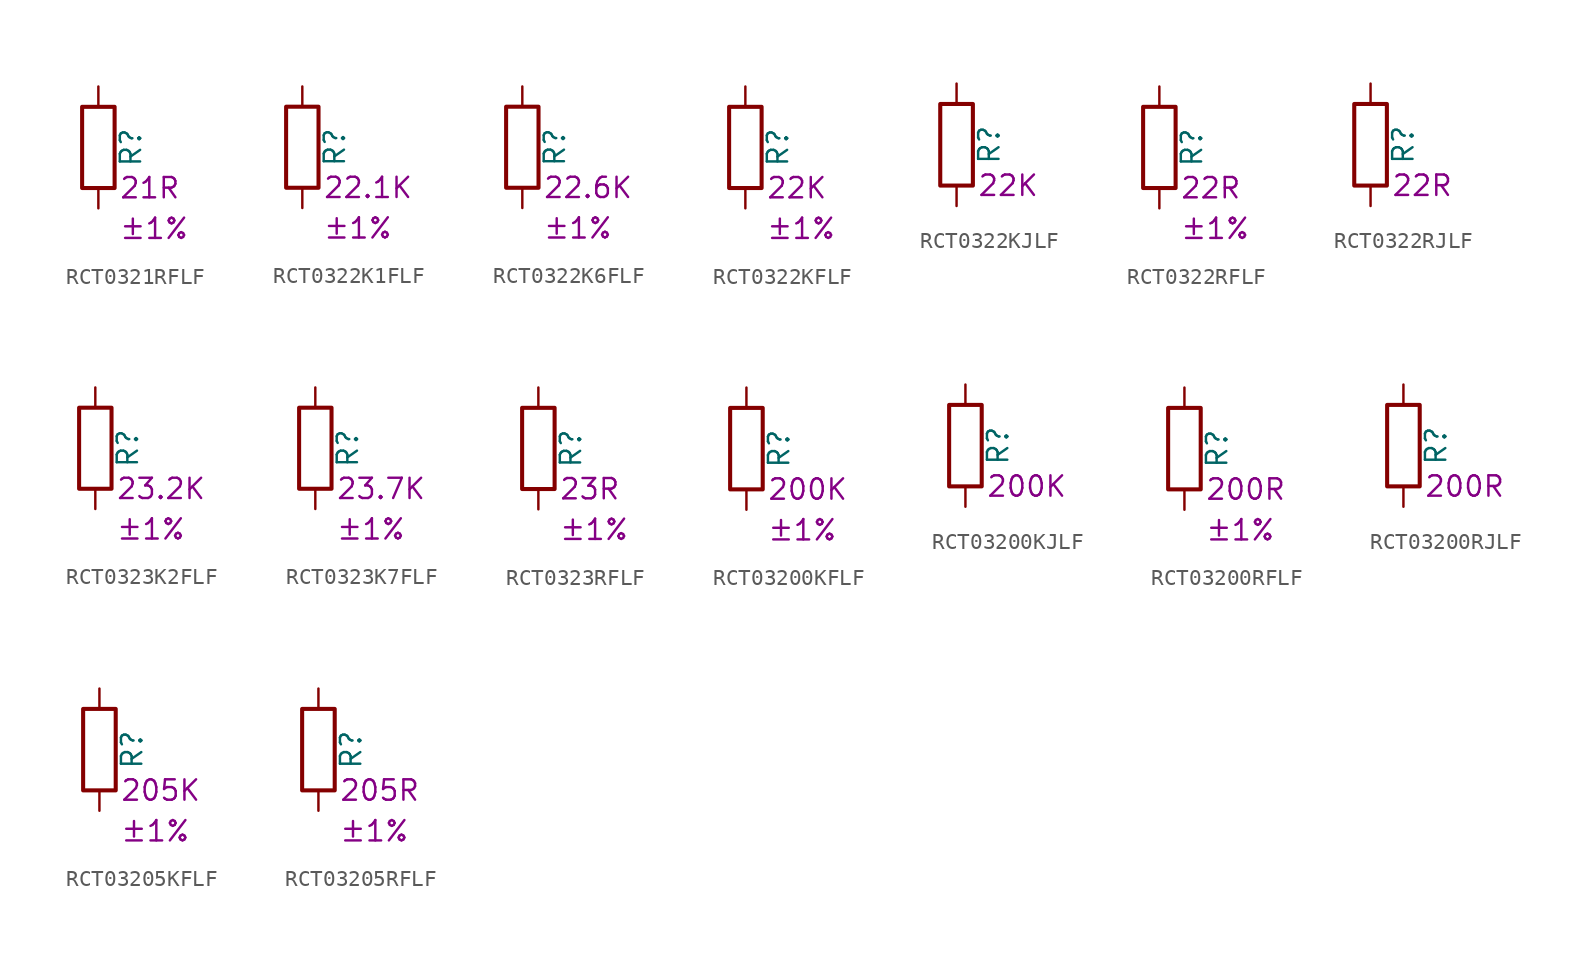
<source format=kicad_sym>
(kicad_symbol_lib
  (version 20220914)
  (generator kicad_symbol_editor)
  (symbol "RCT0321RFLF"
    (pin_numbers hide)
    (pin_names
      (offset 0))
    (property "Reference" "R"
      (at 2.032 0 90)
      (effects (font (size 1.27 1.27))))
    (property "Resistance" "21R"
      (at 1.27 -2.54 0)
      (effects (font (size 1.27 1.27)) (justify left)))
    (property "Tolerance" "±1%"
      (at 1.27 -5.08 0)
      (effects (font (size 1.27 1.27)) (justify left)))
    (symbol "RCT0321RFLF_0_1"
      (rectangle (start -1.016 -2.54) (end 1.016 2.54) (stroke (width 0.254) (type default)) (fill (type none))))
    (symbol "RCT0321RFLF_1_1"
      (pin passive line (at 0 3.81 270) (length 1.27) (name "~" (effects (font (size 1.27 1.27)))) (number "1" (effects (font (size 1.27 1.27)))))
      (pin passive line (at 0 -3.81 90) (length 1.27) (name "~" (effects (font (size 1.27 1.27)))) (number "2" (effects (font (size 1.27 1.27)))))))
  (symbol "RCT0322K1FLF"
    (pin_numbers hide)
    (pin_names
      (offset 0))
    (property "Reference" "R"
      (at 2.032 0 90)
      (effects (font (size 1.27 1.27))))
    (property "Resistance" "22.1K"
      (at 1.27 -2.54 0)
      (effects (font (size 1.27 1.27)) (justify left)))
    (property "Tolerance" "±1%"
      (at 1.27 -5.08 0)
      (effects (font (size 1.27 1.27)) (justify left)))
    (symbol "RCT0322K1FLF_0_1"
      (rectangle (start -1.016 -2.54) (end 1.016 2.54) (stroke (width 0.254) (type default)) (fill (type none))))
    (symbol "RCT0322K1FLF_1_1"
      (pin passive line (at 0 3.81 270) (length 1.27) (name "~" (effects (font (size 1.27 1.27)))) (number "1" (effects (font (size 1.27 1.27)))))
      (pin passive line (at 0 -3.81 90) (length 1.27) (name "~" (effects (font (size 1.27 1.27)))) (number "2" (effects (font (size 1.27 1.27)))))))
  (symbol "RCT0322K6FLF"
    (pin_numbers hide)
    (pin_names
      (offset 0))
    (property "Reference" "R"
      (at 2.032 0 90)
      (effects (font (size 1.27 1.27))))
    (property "Resistance" "22.6K"
      (at 1.27 -2.54 0)
      (effects (font (size 1.27 1.27)) (justify left)))
    (property "Tolerance" "±1%"
      (at 1.27 -5.08 0)
      (effects (font (size 1.27 1.27)) (justify left)))
    (symbol "RCT0322K6FLF_0_1"
      (rectangle (start -1.016 -2.54) (end 1.016 2.54) (stroke (width 0.254) (type default)) (fill (type none))))
    (symbol "RCT0322K6FLF_1_1"
      (pin passive line (at 0 3.81 270) (length 1.27) (name "~" (effects (font (size 1.27 1.27)))) (number "1" (effects (font (size 1.27 1.27)))))
      (pin passive line (at 0 -3.81 90) (length 1.27) (name "~" (effects (font (size 1.27 1.27)))) (number "2" (effects (font (size 1.27 1.27)))))))
  (symbol "RCT0322KFLF"
    (pin_numbers hide)
    (pin_names
      (offset 0))
    (property "Reference" "R"
      (at 2.032 0 90)
      (effects (font (size 1.27 1.27))))
    (property "Resistance" "22K"
      (at 1.27 -2.54 0)
      (effects (font (size 1.27 1.27)) (justify left)))
    (property "Tolerance" "±1%"
      (at 1.27 -5.08 0)
      (effects (font (size 1.27 1.27)) (justify left)))
    (symbol "RCT0322KFLF_0_1"
      (rectangle (start -1.016 -2.54) (end 1.016 2.54) (stroke (width 0.254) (type default)) (fill (type none))))
    (symbol "RCT0322KFLF_1_1"
      (pin passive line (at 0 3.81 270) (length 1.27) (name "~" (effects (font (size 1.27 1.27)))) (number "1" (effects (font (size 1.27 1.27)))))
      (pin passive line (at 0 -3.81 90) (length 1.27) (name "~" (effects (font (size 1.27 1.27)))) (number "2" (effects (font (size 1.27 1.27)))))))
  (symbol "RCT0322KJLF"
    (pin_numbers hide)
    (pin_names
      (offset 0))
    (property "Reference" "R"
      (at 2.032 0 90)
      (effects (font (size 1.27 1.27))))
    (property "Resistance" "22K"
      (at 1.27 -2.54 0)
      (effects (font (size 1.27 1.27)) (justify left)))
    (symbol "RCT0322KJLF_0_1"
      (rectangle (start -1.016 -2.54) (end 1.016 2.54) (stroke (width 0.254) (type default)) (fill (type none))))
    (symbol "RCT0322KJLF_1_1"
      (pin passive line (at 0 3.81 270) (length 1.27) (name "~" (effects (font (size 1.27 1.27)))) (number "1" (effects (font (size 1.27 1.27)))))
      (pin passive line (at 0 -3.81 90) (length 1.27) (name "~" (effects (font (size 1.27 1.27)))) (number "2" (effects (font (size 1.27 1.27)))))))
  (symbol "RCT0322RFLF"
    (pin_numbers hide)
    (pin_names
      (offset 0))
    (property "Reference" "R"
      (at 2.032 0 90)
      (effects (font (size 1.27 1.27))))
    (property "Resistance" "22R"
      (at 1.27 -2.54 0)
      (effects (font (size 1.27 1.27)) (justify left)))
    (property "Tolerance" "±1%"
      (at 1.27 -5.08 0)
      (effects (font (size 1.27 1.27)) (justify left)))
    (symbol "RCT0322RFLF_0_1"
      (rectangle (start -1.016 -2.54) (end 1.016 2.54) (stroke (width 0.254) (type default)) (fill (type none))))
    (symbol "RCT0322RFLF_1_1"
      (pin passive line (at 0 3.81 270) (length 1.27) (name "~" (effects (font (size 1.27 1.27)))) (number "1" (effects (font (size 1.27 1.27)))))
      (pin passive line (at 0 -3.81 90) (length 1.27) (name "~" (effects (font (size 1.27 1.27)))) (number "2" (effects (font (size 1.27 1.27)))))))
  (symbol "RCT0322RJLF"
    (pin_numbers hide)
    (pin_names
      (offset 0))
    (property "Reference" "R"
      (at 2.032 0 90)
      (effects (font (size 1.27 1.27))))
    (property "Resistance" "22R"
      (at 1.27 -2.54 0)
      (effects (font (size 1.27 1.27)) (justify left)))
    (symbol "RCT0322RJLF_0_1"
      (rectangle (start -1.016 -2.54) (end 1.016 2.54) (stroke (width 0.254) (type default)) (fill (type none))))
    (symbol "RCT0322RJLF_1_1"
      (pin passive line (at 0 3.81 270) (length 1.27) (name "~" (effects (font (size 1.27 1.27)))) (number "1" (effects (font (size 1.27 1.27)))))
      (pin passive line (at 0 -3.81 90) (length 1.27) (name "~" (effects (font (size 1.27 1.27)))) (number "2" (effects (font (size 1.27 1.27)))))))
  (symbol "RCT0323K2FLF"
    (pin_numbers hide)
    (pin_names
      (offset 0))
    (property "Reference" "R"
      (at 2.032 0 90)
      (effects (font (size 1.27 1.27))))
    (property "Resistance" "23.2K"
      (at 1.27 -2.54 0)
      (effects (font (size 1.27 1.27)) (justify left)))
    (property "Tolerance" "±1%"
      (at 1.27 -5.08 0)
      (effects (font (size 1.27 1.27)) (justify left)))
    (symbol "RCT0323K2FLF_0_1"
      (rectangle (start -1.016 -2.54) (end 1.016 2.54) (stroke (width 0.254) (type default)) (fill (type none))))
    (symbol "RCT0323K2FLF_1_1"
      (pin passive line (at 0 3.81 270) (length 1.27) (name "~" (effects (font (size 1.27 1.27)))) (number "1" (effects (font (size 1.27 1.27)))))
      (pin passive line (at 0 -3.81 90) (length 1.27) (name "~" (effects (font (size 1.27 1.27)))) (number "2" (effects (font (size 1.27 1.27)))))))
  (symbol "RCT0323K7FLF"
    (pin_numbers hide)
    (pin_names
      (offset 0))
    (property "Reference" "R"
      (at 2.032 0 90)
      (effects (font (size 1.27 1.27))))
    (property "Resistance" "23.7K"
      (at 1.27 -2.54 0)
      (effects (font (size 1.27 1.27)) (justify left)))
    (property "Tolerance" "±1%"
      (at 1.27 -5.08 0)
      (effects (font (size 1.27 1.27)) (justify left)))
    (symbol "RCT0323K7FLF_0_1"
      (rectangle (start -1.016 -2.54) (end 1.016 2.54) (stroke (width 0.254) (type default)) (fill (type none))))
    (symbol "RCT0323K7FLF_1_1"
      (pin passive line (at 0 3.81 270) (length 1.27) (name "~" (effects (font (size 1.27 1.27)))) (number "1" (effects (font (size 1.27 1.27)))))
      (pin passive line (at 0 -3.81 90) (length 1.27) (name "~" (effects (font (size 1.27 1.27)))) (number "2" (effects (font (size 1.27 1.27)))))))
  (symbol "RCT0323RFLF"
    (pin_numbers hide)
    (pin_names
      (offset 0))
    (property "Reference" "R"
      (at 2.032 0 90)
      (effects (font (size 1.27 1.27))))
    (property "Resistance" "23R"
      (at 1.27 -2.54 0)
      (effects (font (size 1.27 1.27)) (justify left)))
    (property "Tolerance" "±1%"
      (at 1.27 -5.08 0)
      (effects (font (size 1.27 1.27)) (justify left)))
    (symbol "RCT0323RFLF_0_1"
      (rectangle (start -1.016 -2.54) (end 1.016 2.54) (stroke (width 0.254) (type default)) (fill (type none))))
    (symbol "RCT0323RFLF_1_1"
      (pin passive line (at 0 3.81 270) (length 1.27) (name "~" (effects (font (size 1.27 1.27)))) (number "1" (effects (font (size 1.27 1.27)))))
      (pin passive line (at 0 -3.81 90) (length 1.27) (name "~" (effects (font (size 1.27 1.27)))) (number "2" (effects (font (size 1.27 1.27)))))))
  (symbol "RCT03200KFLF"
    (pin_numbers hide)
    (pin_names
      (offset 0))
    (property "Reference" "R"
      (at 2.032 0 90)
      (effects (font (size 1.27 1.27))))
    (property "Resistance" "200K"
      (at 1.27 -2.54 0)
      (effects (font (size 1.27 1.27)) (justify left)))
    (property "Tolerance" "±1%"
      (at 1.27 -5.08 0)
      (effects (font (size 1.27 1.27)) (justify left)))
    (symbol "RCT03200KFLF_0_1"
      (rectangle (start -1.016 -2.54) (end 1.016 2.54) (stroke (width 0.254) (type default)) (fill (type none))))
    (symbol "RCT03200KFLF_1_1"
      (pin passive line (at 0 3.81 270) (length 1.27) (name "~" (effects (font (size 1.27 1.27)))) (number "1" (effects (font (size 1.27 1.27)))))
      (pin passive line (at 0 -3.81 90) (length 1.27) (name "~" (effects (font (size 1.27 1.27)))) (number "2" (effects (font (size 1.27 1.27)))))))
  (symbol "RCT03200KJLF"
    (pin_numbers hide)
    (pin_names
      (offset 0))
    (property "Reference" "R"
      (at 2.032 0 90)
      (effects (font (size 1.27 1.27))))
    (property "Resistance" "200K"
      (at 1.27 -2.54 0)
      (effects (font (size 1.27 1.27)) (justify left)))
    (symbol "RCT03200KJLF_0_1"
      (rectangle (start -1.016 -2.54) (end 1.016 2.54) (stroke (width 0.254) (type default)) (fill (type none))))
    (symbol "RCT03200KJLF_1_1"
      (pin passive line (at 0 3.81 270) (length 1.27) (name "~" (effects (font (size 1.27 1.27)))) (number "1" (effects (font (size 1.27 1.27)))))
      (pin passive line (at 0 -3.81 90) (length 1.27) (name "~" (effects (font (size 1.27 1.27)))) (number "2" (effects (font (size 1.27 1.27)))))))
  (symbol "RCT03200RFLF"
    (pin_numbers hide)
    (pin_names
      (offset 0))
    (property "Reference" "R"
      (at 2.032 0 90)
      (effects (font (size 1.27 1.27))))
    (property "Resistance" "200R"
      (at 1.27 -2.54 0)
      (effects (font (size 1.27 1.27)) (justify left)))
    (property "Tolerance" "±1%"
      (at 1.27 -5.08 0)
      (effects (font (size 1.27 1.27)) (justify left)))
    (symbol "RCT03200RFLF_0_1"
      (rectangle (start -1.016 -2.54) (end 1.016 2.54) (stroke (width 0.254) (type default)) (fill (type none))))
    (symbol "RCT03200RFLF_1_1"
      (pin passive line (at 0 3.81 270) (length 1.27) (name "~" (effects (font (size 1.27 1.27)))) (number "1" (effects (font (size 1.27 1.27)))))
      (pin passive line (at 0 -3.81 90) (length 1.27) (name "~" (effects (font (size 1.27 1.27)))) (number "2" (effects (font (size 1.27 1.27)))))))
  (symbol "RCT03200RJLF"
    (pin_numbers hide)
    (pin_names
      (offset 0))
    (property "Reference" "R"
      (at 2.032 0 90)
      (effects (font (size 1.27 1.27))))
    (property "Resistance" "200R"
      (at 1.27 -2.54 0)
      (effects (font (size 1.27 1.27)) (justify left)))
    (symbol "RCT03200RJLF_0_1"
      (rectangle (start -1.016 -2.54) (end 1.016 2.54) (stroke (width 0.254) (type default)) (fill (type none))))
    (symbol "RCT03200RJLF_1_1"
      (pin passive line (at 0 3.81 270) (length 1.27) (name "~" (effects (font (size 1.27 1.27)))) (number "1" (effects (font (size 1.27 1.27)))))
      (pin passive line (at 0 -3.81 90) (length 1.27) (name "~" (effects (font (size 1.27 1.27)))) (number "2" (effects (font (size 1.27 1.27)))))))
  (symbol "RCT03205KFLF"
    (pin_numbers hide)
    (pin_names
      (offset 0))
    (property "Reference" "R"
      (at 2.032 0 90)
      (effects (font (size 1.27 1.27))))
    (property "Resistance" "205K"
      (at 1.27 -2.54 0)
      (effects (font (size 1.27 1.27)) (justify left)))
    (property "Tolerance" "±1%"
      (at 1.27 -5.08 0)
      (effects (font (size 1.27 1.27)) (justify left)))
    (symbol "RCT03205KFLF_0_1"
      (rectangle (start -1.016 -2.54) (end 1.016 2.54) (stroke (width 0.254) (type default)) (fill (type none))))
    (symbol "RCT03205KFLF_1_1"
      (pin passive line (at 0 3.81 270) (length 1.27) (name "~" (effects (font (size 1.27 1.27)))) (number "1" (effects (font (size 1.27 1.27)))))
      (pin passive line (at 0 -3.81 90) (length 1.27) (name "~" (effects (font (size 1.27 1.27)))) (number "2" (effects (font (size 1.27 1.27)))))))
  (symbol "RCT03205RFLF"
    (pin_numbers hide)
    (pin_names
      (offset 0))
    (property "Reference" "R"
      (at 2.032 0 90)
      (effects (font (size 1.27 1.27))))
    (property "Resistance" "205R"
      (at 1.27 -2.54 0)
      (effects (font (size 1.27 1.27)) (justify left)))
    (property "Tolerance" "±1%"
      (at 1.27 -5.08 0)
      (effects (font (size 1.27 1.27)) (justify left)))
    (symbol "RCT03205RFLF_0_1"
      (rectangle (start -1.016 -2.54) (end 1.016 2.54) (stroke (width 0.254) (type default)) (fill (type none))))
    (symbol "RCT03205RFLF_1_1"
      (pin passive line (at 0 3.81 270) (length 1.27) (name "~" (effects (font (size 1.27 1.27)))) (number "1" (effects (font (size 1.27 1.27)))))
      (pin passive line (at 0 -3.81 90) (length 1.27) (name "~" (effects (font (size 1.27 1.27)))) (number "2" (effects (font (size 1.27 1.27))))))))
</source>
